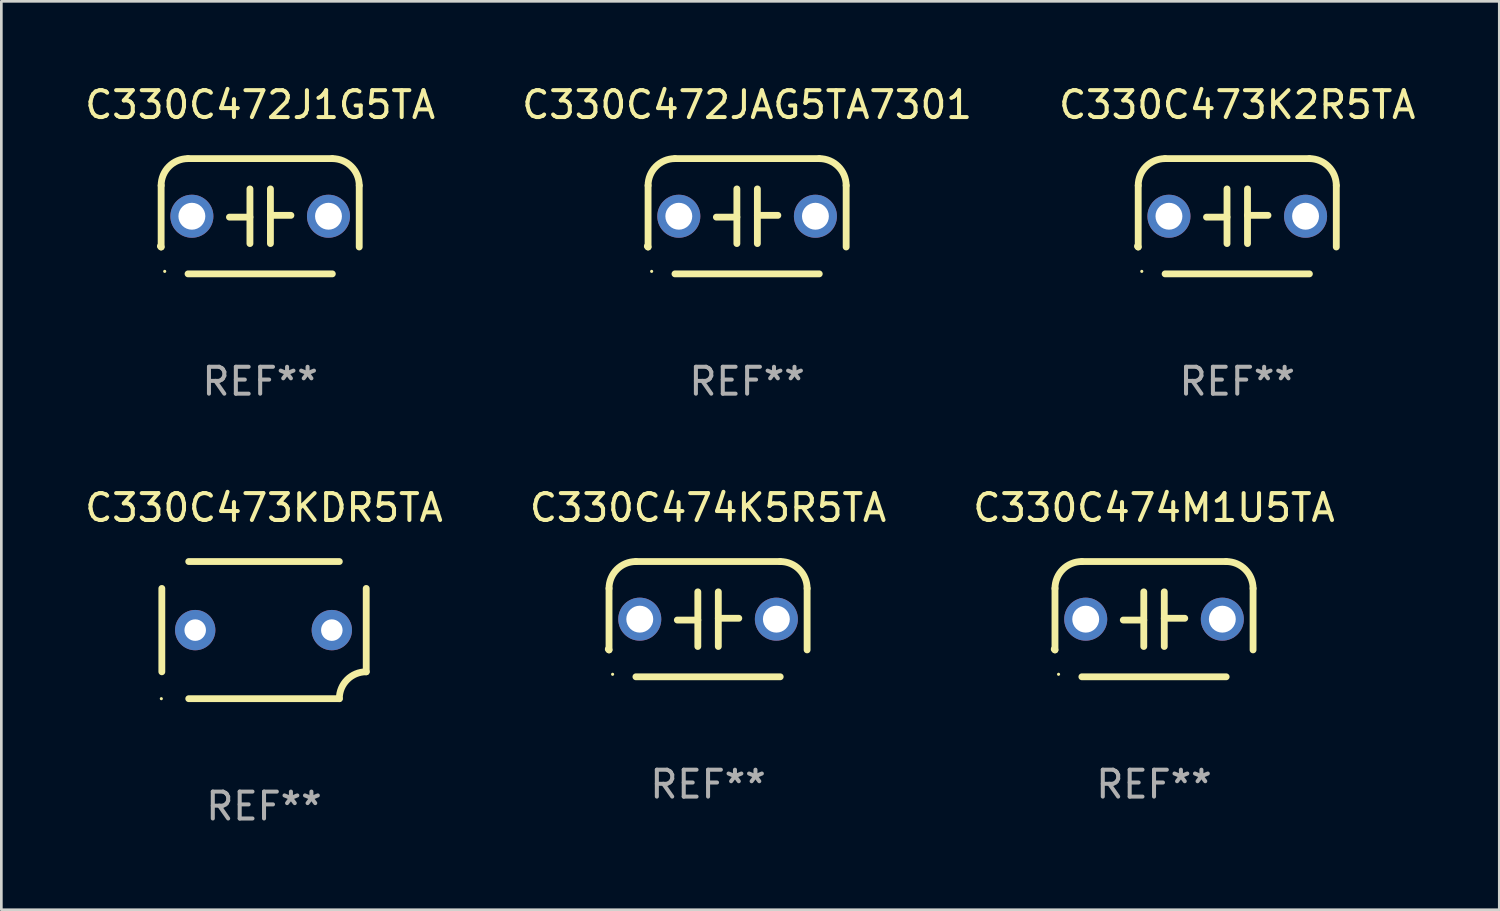
<source format=kicad_pcb>
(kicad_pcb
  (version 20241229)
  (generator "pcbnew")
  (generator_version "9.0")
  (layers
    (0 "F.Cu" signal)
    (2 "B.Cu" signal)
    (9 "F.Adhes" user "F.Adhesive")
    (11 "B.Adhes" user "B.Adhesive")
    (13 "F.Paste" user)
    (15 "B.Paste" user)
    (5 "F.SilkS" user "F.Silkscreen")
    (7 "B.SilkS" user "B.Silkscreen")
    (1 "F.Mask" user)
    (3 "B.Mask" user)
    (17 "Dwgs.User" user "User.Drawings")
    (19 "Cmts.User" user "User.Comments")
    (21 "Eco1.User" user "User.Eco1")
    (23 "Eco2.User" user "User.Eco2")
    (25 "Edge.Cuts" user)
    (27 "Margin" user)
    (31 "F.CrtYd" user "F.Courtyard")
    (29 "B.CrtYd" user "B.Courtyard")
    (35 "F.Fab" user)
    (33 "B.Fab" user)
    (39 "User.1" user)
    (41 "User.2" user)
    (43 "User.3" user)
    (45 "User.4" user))
  (footprint "C330C473K2R5TA"
    (layer "F.Cu")
    (at 42.958 4.991)
    (property "Reference" "C330C473K2R5TA" (at 0 -4.143 0) (layer "F.SilkS") (effects (font (size 1 1) (thickness 0.15))))
    (attr through_hole)
    (fp_line (start -3.683 -1.143) (end -3.683 1.143) (stroke (width 0.254) (type solid)) (layer "F.SilkS"))
    (fp_line (start -2.683 -2.143) (end 2.683 -2.143) (stroke (width 0.254) (type solid)) (layer "F.SilkS"))
    (fp_line (start -0.381 0.033) (end -1.143 0.033) (stroke (width 0.254) (type solid)) (layer "F.SilkS"))
    (fp_line (start -0.381 1.016) (end -0.381 -1.016) (stroke (width 0.254) (type solid)) (layer "F.SilkS"))
    (fp_line (start 0.381 -1.016) (end 0.381 1.016) (stroke (width 0.254) (type solid)) (layer "F.SilkS"))
    (fp_line (start 0.381 -0.033) (end 1.143 -0.033) (stroke (width 0.254) (type solid)) (layer "F.SilkS"))
    (fp_line (start 2.683 2.143) (end -2.683 2.143) (stroke (width 0.254) (type solid)) (layer "F.SilkS"))
    (fp_line (start 3.683 1.143) (end 3.683 -1.143) (stroke (width 0.254) (type solid)) (layer "F.SilkS"))
    (fp_arc (start -3.710292 1.115763) (mid -3.696656 1.129383) (end -3.68302 1.143002) (stroke (width 0.254001) (type solid)) (layer "F.SilkS"))
    (fp_arc (start -3.682994 -1.142977) (mid -3.390088 -1.850114) (end -2.682944 -2.143002) (stroke (width 0.254001) (type solid)) (layer "F.SilkS"))
    (fp_arc (start 2.682994 -2.143028) (mid 3.390106 -1.850122) (end 3.682995 -1.143002) (stroke (width 0.254001) (type solid)) (layer "F.SilkS"))
    (fp_circle (center -3.55 2.05) (end -3.52 2.05) (stroke (width 0.06) (type solid)) (fill no) (layer "F.SilkS"))
    (fp_text user "REF**" (at 0 6.143 0) (layer "F.Fab") (effects (font (size 1 1) (thickness 0.15))))
    (pad "1" thru_hole circle (at -2.54 0) (size 1.6 1.6) (drill 1) (layers "*.Cu" "*.Mask"))
    (pad "2" thru_hole circle (at 2.54 0) (size 1.6 1.6) (drill 1) (layers "*.Cu" "*.Mask")))
  (footprint "C330C473KDR5TA"
    (layer "F.Cu")
    (at 6.768 20.381)
    (property "Reference" "C330C473KDR5TA" (at 0 -4.55 0) (layer "F.SilkS") (effects (font (size 1 1) (thickness 0.15))))
    (attr through_hole)
    (fp_line (start -3.8 1.55) (end -3.8 -1.55) (stroke (width 0.254) (type solid)) (layer "F.SilkS"))
    (fp_line (start -2.8 -2.55) (end 2.8 -2.55) (stroke (width 0.254) (type solid)) (layer "F.SilkS"))
    (fp_line (start 2.8 2.55) (end -2.8 2.55) (stroke (width 0.254) (type solid)) (layer "F.SilkS"))
    (fp_line (start 3.8 -1.55) (end 3.8 1.55) (stroke (width 0.254) (type solid)) (layer "F.SilkS"))
    (fp_arc (start 2.800038 2.549975) (mid 3.092931 1.842868) (end 3.800038 1.549975) (stroke (width 0.254001) (type solid)) (layer "F.SilkS"))
    (fp_circle (center -3.819 2.55) (end -3.789 2.55) (stroke (width 0.06) (type solid)) (fill no) (layer "F.SilkS"))
    (fp_text user "REF**" (at 0 6.55 0) (layer "F.Fab") (effects (font (size 1 1) (thickness 0.15))))
    (pad "1" thru_hole circle (at -2.559 -0.000013) (size 1.5 1.5) (drill 0.8) (layers "*.Cu" "*.Mask"))
    (pad "2" thru_hole circle (at 2.521 -0.000013) (size 1.5 1.5) (drill 0.8) (layers "*.Cu" "*.Mask")))
  (footprint "C330C472J1G5TA"
    (layer "F.Cu")
    (at 6.625 4.991)
    (property "Reference" "C330C472J1G5TA" (at 0 -4.143 0) (layer "F.SilkS") (effects (font (size 1 1) (thickness 0.15))))
    (attr through_hole)
    (fp_line (start -3.683 -1.143) (end -3.683 1.143) (stroke (width 0.254) (type solid)) (layer "F.SilkS"))
    (fp_line (start -2.683 -2.143) (end 2.683 -2.143) (stroke (width 0.254) (type solid)) (layer "F.SilkS"))
    (fp_line (start -0.381 0.033) (end -1.143 0.033) (stroke (width 0.254) (type solid)) (layer "F.SilkS"))
    (fp_line (start -0.381 1.016) (end -0.381 -1.016) (stroke (width 0.254) (type solid)) (layer "F.SilkS"))
    (fp_line (start 0.381 -1.016) (end 0.381 1.016) (stroke (width 0.254) (type solid)) (layer "F.SilkS"))
    (fp_line (start 0.381 -0.033) (end 1.143 -0.033) (stroke (width 0.254) (type solid)) (layer "F.SilkS"))
    (fp_line (start 2.683 2.143) (end -2.683 2.143) (stroke (width 0.254) (type solid)) (layer "F.SilkS"))
    (fp_line (start 3.683 1.143) (end 3.683 -1.143) (stroke (width 0.254) (type solid)) (layer "F.SilkS"))
    (fp_arc (start -3.710292 1.115763) (mid -3.696656 1.129383) (end -3.68302 1.143002) (stroke (width 0.254001) (type solid)) (layer "F.SilkS"))
    (fp_arc (start -3.682994 -1.142977) (mid -3.390088 -1.850114) (end -2.682944 -2.143002) (stroke (width 0.254001) (type solid)) (layer "F.SilkS"))
    (fp_arc (start 2.682994 -2.143028) (mid 3.390106 -1.850122) (end 3.682995 -1.143002) (stroke (width 0.254001) (type solid)) (layer "F.SilkS"))
    (fp_circle (center -3.55 2.05) (end -3.52 2.05) (stroke (width 0.06) (type solid)) (fill no) (layer "F.SilkS"))
    (fp_text user "REF**" (at 0 6.143 0) (layer "F.Fab") (effects (font (size 1 1) (thickness 0.15))))
    (pad "1" thru_hole circle (at -2.54 0) (size 1.6 1.6) (drill 1) (layers "*.Cu" "*.Mask"))
    (pad "2" thru_hole circle (at 2.54 0) (size 1.6 1.6) (drill 1) (layers "*.Cu" "*.Mask")))
  (footprint "C330C472JAG5TA7301"
    (layer "F.Cu")
    (at 24.732 4.991)
    (property "Reference" "C330C472JAG5TA7301" (at 0 -4.143 0) (layer "F.SilkS") (effects (font (size 1 1) (thickness 0.15))))
    (attr through_hole)
    (fp_line (start -3.683 -1.143) (end -3.683 1.143) (stroke (width 0.254) (type solid)) (layer "F.SilkS"))
    (fp_line (start -2.683 -2.143) (end 2.683 -2.143) (stroke (width 0.254) (type solid)) (layer "F.SilkS"))
    (fp_line (start -0.381 0.033) (end -1.143 0.033) (stroke (width 0.254) (type solid)) (layer "F.SilkS"))
    (fp_line (start -0.381 1.016) (end -0.381 -1.016) (stroke (width 0.254) (type solid)) (layer "F.SilkS"))
    (fp_line (start 0.381 -1.016) (end 0.381 1.016) (stroke (width 0.254) (type solid)) (layer "F.SilkS"))
    (fp_line (start 0.381 -0.033) (end 1.143 -0.033) (stroke (width 0.254) (type solid)) (layer "F.SilkS"))
    (fp_line (start 2.683 2.143) (end -2.683 2.143) (stroke (width 0.254) (type solid)) (layer "F.SilkS"))
    (fp_line (start 3.683 1.143) (end 3.683 -1.143) (stroke (width 0.254) (type solid)) (layer "F.SilkS"))
    (fp_arc (start -3.710292 1.115763) (mid -3.696656 1.129383) (end -3.68302 1.143002) (stroke (width 0.254001) (type solid)) (layer "F.SilkS"))
    (fp_arc (start -3.682994 -1.142977) (mid -3.390088 -1.850114) (end -2.682944 -2.143002) (stroke (width 0.254001) (type solid)) (layer "F.SilkS"))
    (fp_arc (start 2.682994 -2.143028) (mid 3.390106 -1.850122) (end 3.682995 -1.143002) (stroke (width 0.254001) (type solid)) (layer "F.SilkS"))
    (fp_circle (center -3.55 2.05) (end -3.52 2.05) (stroke (width 0.06) (type solid)) (fill no) (layer "F.SilkS"))
    (fp_text user "REF**" (at 0 6.143 0) (layer "F.Fab") (effects (font (size 1 1) (thickness 0.15))))
    (pad "1" thru_hole circle (at -2.54 0) (size 1.6 1.6) (drill 1) (layers "*.Cu" "*.Mask"))
    (pad "2" thru_hole circle (at 2.54 0) (size 1.6 1.6) (drill 1) (layers "*.Cu" "*.Mask")))
  (footprint "C330C474M1U5TA"
    (layer "F.Cu")
    (at 39.863 19.974)
    (property "Reference" "C330C474M1U5TA" (at 0 -4.143 0) (layer "F.SilkS") (effects (font (size 1 1) (thickness 0.15))))
    (attr through_hole)
    (fp_line (start -3.683 -1.143) (end -3.683 1.143) (stroke (width 0.254) (type solid)) (layer "F.SilkS"))
    (fp_line (start -2.683 -2.143) (end 2.683 -2.143) (stroke (width 0.254) (type solid)) (layer "F.SilkS"))
    (fp_line (start -0.381 0.033) (end -1.143 0.033) (stroke (width 0.254) (type solid)) (layer "F.SilkS"))
    (fp_line (start -0.381 1.016) (end -0.381 -1.016) (stroke (width 0.254) (type solid)) (layer "F.SilkS"))
    (fp_line (start 0.381 -1.016) (end 0.381 1.016) (stroke (width 0.254) (type solid)) (layer "F.SilkS"))
    (fp_line (start 0.381 -0.033) (end 1.143 -0.033) (stroke (width 0.254) (type solid)) (layer "F.SilkS"))
    (fp_line (start 2.683 2.143) (end -2.683 2.143) (stroke (width 0.254) (type solid)) (layer "F.SilkS"))
    (fp_line (start 3.683 1.143) (end 3.683 -1.143) (stroke (width 0.254) (type solid)) (layer "F.SilkS"))
    (fp_arc (start -3.710292 1.115763) (mid -3.696656 1.129383) (end -3.68302 1.143002) (stroke (width 0.254001) (type solid)) (layer "F.SilkS"))
    (fp_arc (start -3.682994 -1.142977) (mid -3.390088 -1.850114) (end -2.682944 -2.143002) (stroke (width 0.254001) (type solid)) (layer "F.SilkS"))
    (fp_arc (start 2.682994 -2.143028) (mid 3.390106 -1.850122) (end 3.682995 -1.143002) (stroke (width 0.254001) (type solid)) (layer "F.SilkS"))
    (fp_circle (center -3.55 2.05) (end -3.52 2.05) (stroke (width 0.06) (type solid)) (fill no) (layer "F.SilkS"))
    (fp_text user "REF**" (at 0 6.143 0) (layer "F.Fab") (effects (font (size 1 1) (thickness 0.15))))
    (pad "1" thru_hole circle (at -2.54 0) (size 1.6 1.6) (drill 1) (layers "*.Cu" "*.Mask"))
    (pad "2" thru_hole circle (at 2.54 0) (size 1.6 1.6) (drill 1) (layers "*.Cu" "*.Mask")))
  (footprint "C330C474K5R5TA"
    (layer "F.Cu")
    (at 23.28 19.974)
    (property "Reference" "C330C474K5R5TA" (at 0 -4.143 0) (layer "F.SilkS") (effects (font (size 1 1) (thickness 0.15))))
    (attr through_hole)
    (fp_line (start -3.683 -1.143) (end -3.683 1.143) (stroke (width 0.254) (type solid)) (layer "F.SilkS"))
    (fp_line (start -2.683 -2.143) (end 2.683 -2.143) (stroke (width 0.254) (type solid)) (layer "F.SilkS"))
    (fp_line (start -0.381 0.033) (end -1.143 0.033) (stroke (width 0.254) (type solid)) (layer "F.SilkS"))
    (fp_line (start -0.381 1.016) (end -0.381 -1.016) (stroke (width 0.254) (type solid)) (layer "F.SilkS"))
    (fp_line (start 0.381 -1.016) (end 0.381 1.016) (stroke (width 0.254) (type solid)) (layer "F.SilkS"))
    (fp_line (start 0.381 -0.033) (end 1.143 -0.033) (stroke (width 0.254) (type solid)) (layer "F.SilkS"))
    (fp_line (start 2.683 2.143) (end -2.683 2.143) (stroke (width 0.254) (type solid)) (layer "F.SilkS"))
    (fp_line (start 3.683 1.143) (end 3.683 -1.143) (stroke (width 0.254) (type solid)) (layer "F.SilkS"))
    (fp_arc (start -3.710292 1.115763) (mid -3.696656 1.129383) (end -3.68302 1.143002) (stroke (width 0.254001) (type solid)) (layer "F.SilkS"))
    (fp_arc (start -3.682994 -1.142977) (mid -3.390088 -1.850114) (end -2.682944 -2.143002) (stroke (width 0.254001) (type solid)) (layer "F.SilkS"))
    (fp_arc (start 2.682994 -2.143028) (mid 3.390106 -1.850122) (end 3.682995 -1.143002) (stroke (width 0.254001) (type solid)) (layer "F.SilkS"))
    (fp_circle (center -3.55 2.05) (end -3.52 2.05) (stroke (width 0.06) (type solid)) (fill no) (layer "F.SilkS"))
    (fp_text user "REF**" (at 0 6.143 0) (layer "F.Fab") (effects (font (size 1 1) (thickness 0.15))))
    (pad "1" thru_hole circle (at -2.54 0) (size 1.6 1.6) (drill 1) (layers "*.Cu" "*.Mask"))
    (pad "2" thru_hole circle (at 2.54 0) (size 1.6 1.6) (drill 1) (layers "*.Cu" "*.Mask")))
  (gr_rect
    (start -3 -3)
    (end 52.702 30.779)
    (stroke (width 0.1) (type default))
    (fill no)
    (layer "Edge.Cuts")))
</source>
